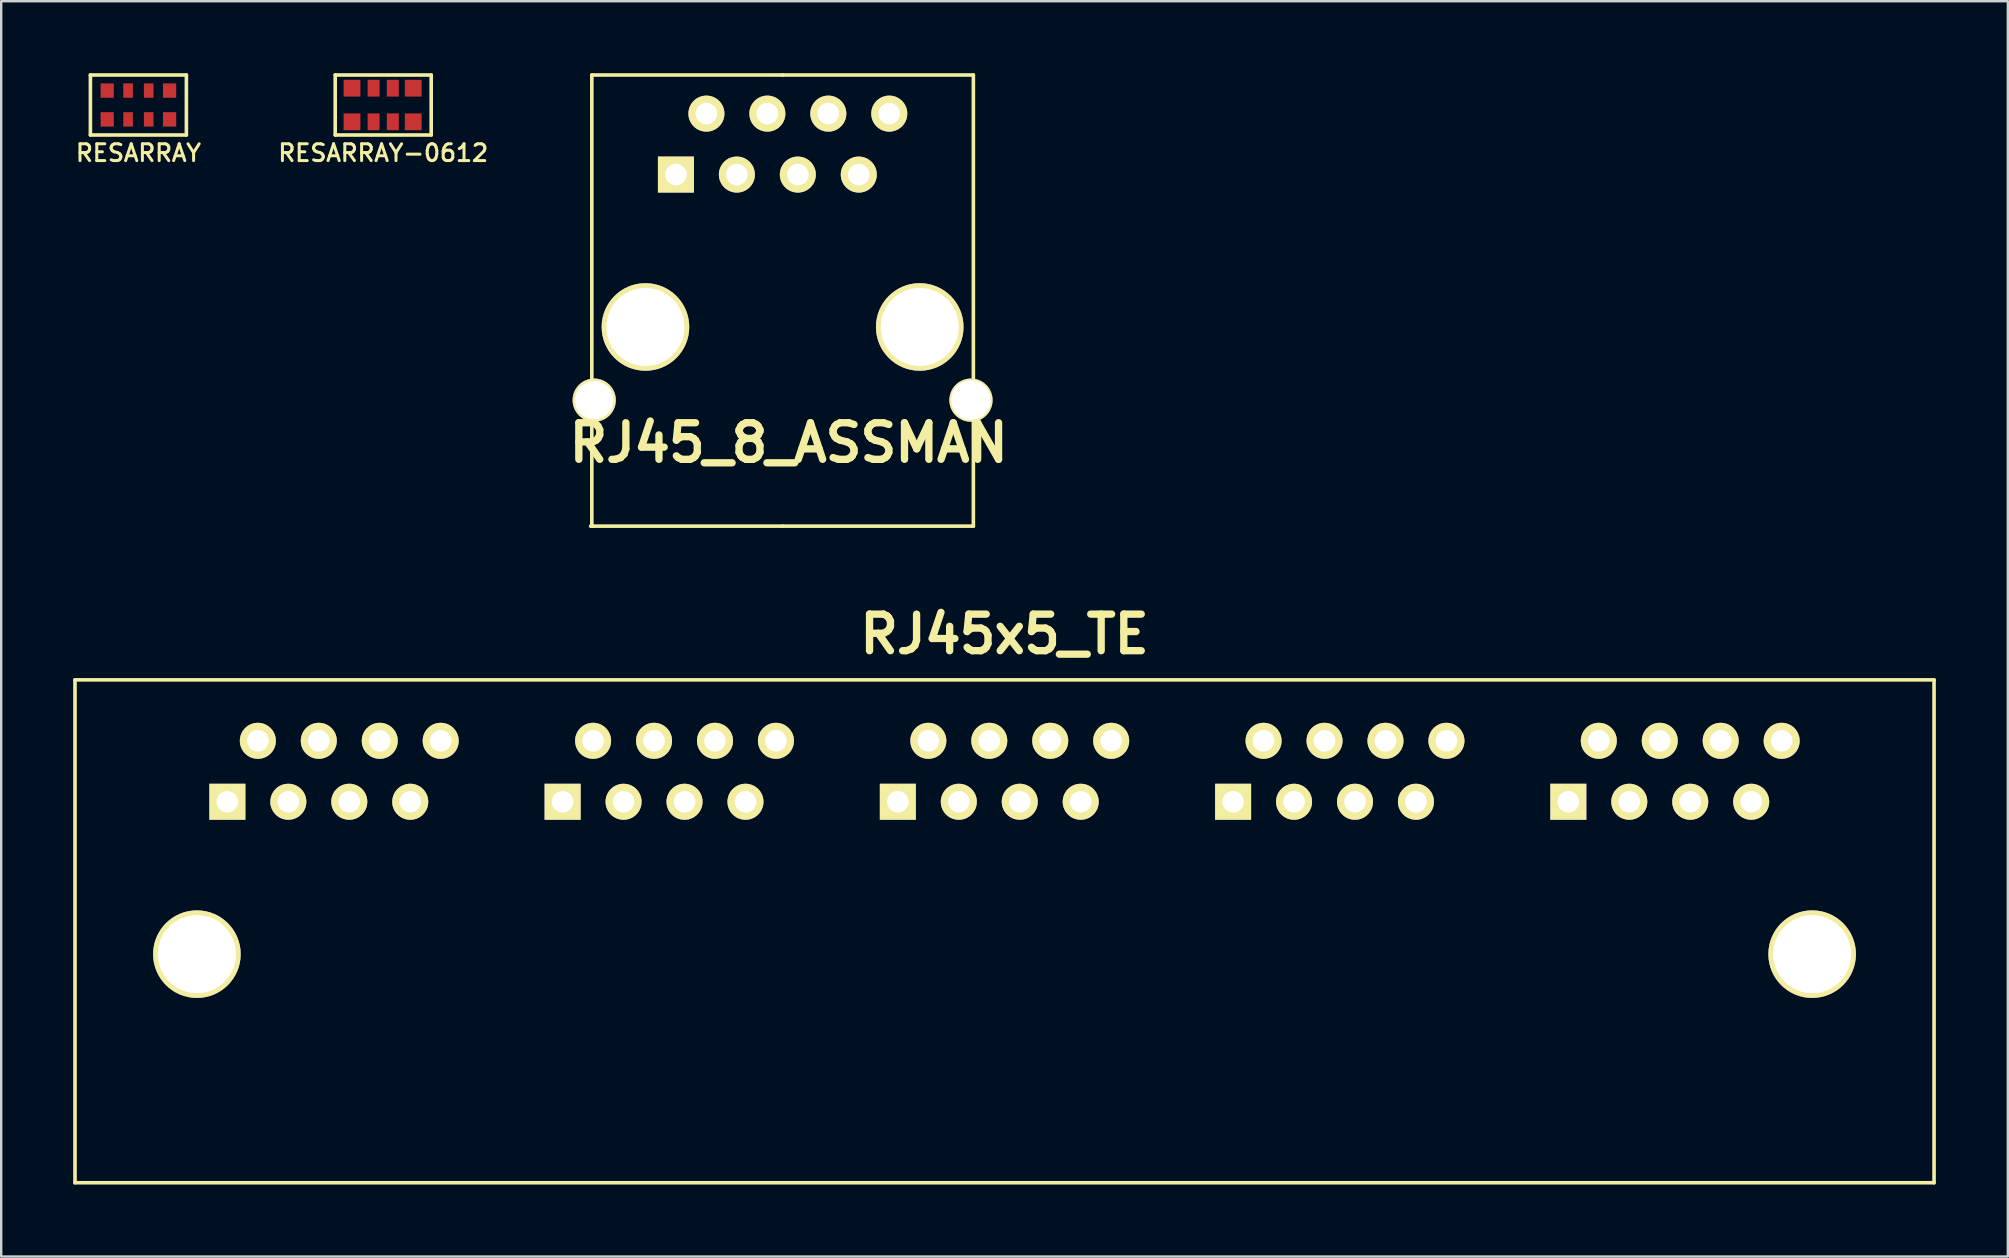
<source format=kicad_pcb>
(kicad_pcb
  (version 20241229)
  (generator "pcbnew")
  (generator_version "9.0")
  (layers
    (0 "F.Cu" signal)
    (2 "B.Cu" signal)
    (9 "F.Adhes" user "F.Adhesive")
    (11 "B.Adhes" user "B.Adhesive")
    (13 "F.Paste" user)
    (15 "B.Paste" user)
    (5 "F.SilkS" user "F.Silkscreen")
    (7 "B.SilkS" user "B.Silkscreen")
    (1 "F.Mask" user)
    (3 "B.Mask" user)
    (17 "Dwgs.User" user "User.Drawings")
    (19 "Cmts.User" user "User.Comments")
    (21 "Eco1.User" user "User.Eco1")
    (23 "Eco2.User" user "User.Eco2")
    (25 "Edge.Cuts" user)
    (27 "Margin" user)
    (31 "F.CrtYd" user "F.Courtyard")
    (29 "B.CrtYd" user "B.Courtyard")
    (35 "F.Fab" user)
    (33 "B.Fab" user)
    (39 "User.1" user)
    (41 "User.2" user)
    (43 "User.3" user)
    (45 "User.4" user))
  (footprint "RESARRAY"
    (layer "F.Cu")
    (at 2.717 1.325)
    (property "Reference" "RESARRAY" (at 0 2 0) (layer "F.SilkS") (effects (font (size 0.7 0.7) (thickness 0.125))))
    (attr through_hole)
    (fp_line (start -2 -1.25) (end 2 -1.25) (stroke (width 0.15) (type solid)) (layer "F.SilkS"))
    (fp_line (start -2 1.25) (end -2 -1.25) (stroke (width 0.15) (type solid)) (layer "F.SilkS"))
    (fp_line (start 2 -1.25) (end 2 1.25) (stroke (width 0.15) (type solid)) (layer "F.SilkS"))
    (fp_line (start 2 1.25) (end -2 1.25) (stroke (width 0.15) (type solid)) (layer "F.SilkS"))
    (pad "1" smd rect (at -1.3 0.6) (size 0.55 0.6) (layers "F.Cu" "F.Mask" "F.Paste"))
    (pad "2" smd rect (at -0.43 0.6) (size 0.4 0.6) (layers "F.Cu" "F.Mask" "F.Paste"))
    (pad "3" smd rect (at 0.43 0.6) (size 0.4 0.6) (layers "F.Cu" "F.Mask" "F.Paste"))
    (pad "4" smd rect (at 1.3 0.6) (size 0.55 0.6) (layers "F.Cu" "F.Mask" "F.Paste"))
    (pad "5" smd rect (at 1.3 -0.6) (size 0.55 0.6) (layers "F.Cu" "F.Mask" "F.Paste"))
    (pad "6" smd rect (at 0.43 -0.6) (size 0.4 0.6) (layers "F.Cu" "F.Mask" "F.Paste"))
    (pad "7" smd rect (at -0.43 -0.6) (size 0.4 0.6) (layers "F.Cu" "F.Mask" "F.Paste"))
    (pad "8" smd rect (at -1.3 -0.6) (size 0.55 0.6) (layers "F.Cu" "F.Mask" "F.Paste")))
  (footprint "RJ45x5_TE"
    (layer "F.Cu")
    (at 38.81 36.711)
    (property "Reference" "RJ45x5_TE" (at 0 -13.335 0) (layer "F.SilkS") (effects (font (size 1.524 1.524) (thickness 0.305))))
    (attr through_hole)
    (fp_line (start -38.735 -11.43) (end 38.735 -11.43) (stroke (width 0.15) (type solid)) (layer "F.SilkS"))
    (fp_line (start -38.735 9.525) (end -38.735 -11.43) (stroke (width 0.15) (type solid)) (layer "F.SilkS"))
    (fp_line (start -38.735 9.525) (end 38.735 9.525) (stroke (width 0.15) (type solid)) (layer "F.SilkS"))
    (fp_line (start 38.735 -11.43) (end 38.735 9.525) (stroke (width 0.15) (type solid)) (layer "F.SilkS"))
    (pad "" thru_hole circle (at -33.655 0) (size 3.65 3.65) (drill 3.251) (layers "*.Cu" "*.Mask" "F.SilkS"))
    (pad "" thru_hole circle (at 33.655 0) (size 3.65 3.65) (drill 3.251) (layers "*.Cu" "*.Mask" "F.SilkS"))
    (pad "a1" thru_hole rect (at -32.385 -6.35) (size 1.501 1.501) (drill 0.899) (layers "*.Cu" "*.Mask" "F.SilkS"))
    (pad "a2" thru_hole circle (at -31.115 -8.89) (size 1.501 1.501) (drill 0.899) (layers "*.Cu" "*.Mask" "F.SilkS"))
    (pad "a3" thru_hole circle (at -29.845 -6.35) (size 1.501 1.501) (drill 0.899) (layers "*.Cu" "*.Mask" "F.SilkS"))
    (pad "a4" thru_hole circle (at -28.575 -8.89) (size 1.501 1.501) (drill 0.899) (layers "*.Cu" "*.Mask" "F.SilkS"))
    (pad "a5" thru_hole circle (at -27.305 -6.35) (size 1.501 1.501) (drill 0.899) (layers "*.Cu" "*.Mask" "F.SilkS"))
    (pad "a6" thru_hole circle (at -26.035 -8.89) (size 1.501 1.501) (drill 0.899) (layers "*.Cu" "*.Mask" "F.SilkS"))
    (pad "a7" thru_hole circle (at -24.765 -6.35) (size 1.501 1.501) (drill 0.899) (layers "*.Cu" "*.Mask" "F.SilkS"))
    (pad "a8" thru_hole circle (at -23.495 -8.89) (size 1.501 1.501) (drill 0.899) (layers "*.Cu" "*.Mask" "F.SilkS"))
    (pad "b1" thru_hole rect (at -18.415 -6.35) (size 1.501 1.501) (drill 0.899) (layers "*.Cu" "*.Mask" "F.SilkS"))
    (pad "b2" thru_hole circle (at -17.145 -8.89) (size 1.501 1.501) (drill 0.899) (layers "*.Cu" "*.Mask" "F.SilkS"))
    (pad "b3" thru_hole circle (at -15.875 -6.35) (size 1.501 1.501) (drill 0.899) (layers "*.Cu" "*.Mask" "F.SilkS"))
    (pad "b4" thru_hole circle (at -14.605 -8.89) (size 1.501 1.501) (drill 0.899) (layers "*.Cu" "*.Mask" "F.SilkS"))
    (pad "b5" thru_hole circle (at -13.335 -6.35) (size 1.501 1.501) (drill 0.899) (layers "*.Cu" "*.Mask" "F.SilkS"))
    (pad "b6" thru_hole circle (at -12.065 -8.89) (size 1.501 1.501) (drill 0.899) (layers "*.Cu" "*.Mask" "F.SilkS"))
    (pad "b7" thru_hole circle (at -10.795 -6.35) (size 1.501 1.501) (drill 0.899) (layers "*.Cu" "*.Mask" "F.SilkS"))
    (pad "b8" thru_hole circle (at -9.525 -8.89) (size 1.501 1.501) (drill 0.899) (layers "*.Cu" "*.Mask" "F.SilkS"))
    (pad "c1" thru_hole rect (at -4.445 -6.35) (size 1.501 1.501) (drill 0.899) (layers "*.Cu" "*.Mask" "F.SilkS"))
    (pad "c2" thru_hole circle (at -3.175 -8.89) (size 1.501 1.501) (drill 0.899) (layers "*.Cu" "*.Mask" "F.SilkS"))
    (pad "c3" thru_hole circle (at -1.905 -6.35) (size 1.501 1.501) (drill 0.899) (layers "*.Cu" "*.Mask" "F.SilkS"))
    (pad "c4" thru_hole circle (at -0.635 -8.89) (size 1.501 1.501) (drill 0.899) (layers "*.Cu" "*.Mask" "F.SilkS"))
    (pad "c5" thru_hole circle (at 0.635 -6.35) (size 1.501 1.501) (drill 0.899) (layers "*.Cu" "*.Mask" "F.SilkS"))
    (pad "c6" thru_hole circle (at 1.905 -8.89) (size 1.501 1.501) (drill 0.899) (layers "*.Cu" "*.Mask" "F.SilkS"))
    (pad "c7" thru_hole circle (at 3.175 -6.35) (size 1.501 1.501) (drill 0.899) (layers "*.Cu" "*.Mask" "F.SilkS"))
    (pad "c8" thru_hole circle (at 4.445 -8.89) (size 1.501 1.501) (drill 0.899) (layers "*.Cu" "*.Mask" "F.SilkS"))
    (pad "d1" thru_hole rect (at 9.525 -6.35) (size 1.501 1.501) (drill 0.899) (layers "*.Cu" "*.Mask" "F.SilkS"))
    (pad "d2" thru_hole circle (at 10.795 -8.89) (size 1.501 1.501) (drill 0.899) (layers "*.Cu" "*.Mask" "F.SilkS"))
    (pad "d3" thru_hole circle (at 12.065 -6.35) (size 1.501 1.501) (drill 0.899) (layers "*.Cu" "*.Mask" "F.SilkS"))
    (pad "d4" thru_hole circle (at 13.335 -8.89) (size 1.501 1.501) (drill 0.899) (layers "*.Cu" "*.Mask" "F.SilkS"))
    (pad "d5" thru_hole circle (at 14.605 -6.35) (size 1.501 1.501) (drill 0.899) (layers "*.Cu" "*.Mask" "F.SilkS"))
    (pad "d6" thru_hole circle (at 15.875 -8.89) (size 1.501 1.501) (drill 0.899) (layers "*.Cu" "*.Mask" "F.SilkS"))
    (pad "d7" thru_hole circle (at 17.145 -6.35) (size 1.501 1.501) (drill 0.899) (layers "*.Cu" "*.Mask" "F.SilkS"))
    (pad "d8" thru_hole circle (at 18.415 -8.89) (size 1.501 1.501) (drill 0.899) (layers "*.Cu" "*.Mask" "F.SilkS"))
    (pad "e1" thru_hole rect (at 23.495 -6.35) (size 1.501 1.501) (drill 0.899) (layers "*.Cu" "*.Mask" "F.SilkS"))
    (pad "e2" thru_hole circle (at 24.765 -8.89) (size 1.501 1.501) (drill 0.899) (layers "*.Cu" "*.Mask" "F.SilkS"))
    (pad "e3" thru_hole circle (at 26.035 -6.35) (size 1.501 1.501) (drill 0.899) (layers "*.Cu" "*.Mask" "F.SilkS"))
    (pad "e4" thru_hole circle (at 27.305 -8.89) (size 1.501 1.501) (drill 0.899) (layers "*.Cu" "*.Mask" "F.SilkS"))
    (pad "e5" thru_hole circle (at 28.575 -6.35) (size 1.501 1.501) (drill 0.899) (layers "*.Cu" "*.Mask" "F.SilkS"))
    (pad "e6" thru_hole circle (at 29.845 -8.89) (size 1.501 1.501) (drill 0.899) (layers "*.Cu" "*.Mask" "F.SilkS"))
    (pad "e7" thru_hole circle (at 31.115 -6.35) (size 1.501 1.501) (drill 0.899) (layers "*.Cu" "*.Mask" "F.SilkS"))
    (pad "e8" thru_hole circle (at 32.385 -8.89) (size 1.501 1.501) (drill 0.899) (layers "*.Cu" "*.Mask" "F.SilkS")))
  (footprint "RESARRAY-0612"
    (layer "F.Cu")
    (at 12.919 1.325)
    (property "Reference" "RESARRAY-0612" (at 0 2 0) (layer "F.SilkS") (effects (font (size 0.7 0.7) (thickness 0.125))))
    (attr through_hole)
    (fp_line (start -2 -1.25) (end 2 -1.25) (stroke (width 0.15) (type solid)) (layer "F.SilkS"))
    (fp_line (start -2 1.25) (end -2 -1.25) (stroke (width 0.15) (type solid)) (layer "F.SilkS"))
    (fp_line (start 2 -1.25) (end 2 1.25) (stroke (width 0.15) (type solid)) (layer "F.SilkS"))
    (fp_line (start 2 1.25) (end -2 1.25) (stroke (width 0.15) (type solid)) (layer "F.SilkS"))
    (pad "1" smd rect (at -1.3 0.7) (size 0.7 0.7) (layers "F.Cu" "F.Mask" "F.Paste"))
    (pad "2" smd rect (at -0.4 0.7) (size 0.5 0.7) (layers "F.Cu" "F.Mask" "F.Paste"))
    (pad "3" smd rect (at 0.4 0.7) (size 0.5 0.7) (layers "F.Cu" "F.Mask" "F.Paste"))
    (pad "4" smd rect (at 1.25 0.7) (size 0.7 0.7) (layers "F.Cu" "F.Mask" "F.Paste"))
    (pad "5" smd rect (at 1.25 -0.7) (size 0.7 0.7) (layers "F.Cu" "F.Mask" "F.Paste"))
    (pad "6" smd rect (at 0.4 -0.7) (size 0.5 0.7) (layers "F.Cu" "F.Mask" "F.Paste"))
    (pad "7" smd rect (at -0.4 -0.7) (size 0.5 0.7) (layers "F.Cu" "F.Mask" "F.Paste"))
    (pad "8" smd rect (at -1.3 -0.7) (size 0.7 0.7) (layers "F.Cu" "F.Mask" "F.Paste")))
  (footprint "RJ45_8_ASSMAN"
    (layer "F.Cu")
    (at 29.562 10.575)
    (property "Reference" "RJ45_8_ASSMAN" (at 0.254 4.826 0) (layer "F.SilkS") (effects (font (size 1.524 1.524) (thickness 0.305))))
    (attr through_hole)
    (fp_line (start -8 8.3) (end -7.9 8.3) (stroke (width 0.15) (type solid)) (layer "F.SilkS"))
    (fp_line (start -7.95 8.3) (end -7.95 -10.5) (stroke (width 0.15) (type solid)) (layer "F.SilkS"))
    (fp_line (start 0 -10.5) (end -7.95 -10.5) (stroke (width 0.15) (type solid)) (layer "F.SilkS"))
    (fp_line (start 0 -10.5) (end 7.95 -10.5) (stroke (width 0.15) (type solid)) (layer "F.SilkS"))
    (fp_line (start 0 8.3) (end -7.95 8.3) (stroke (width 0.15) (type solid)) (layer "F.SilkS"))
    (fp_line (start 0 8.3) (end 7.95 8.3) (stroke (width 0.15) (type solid)) (layer "F.SilkS"))
    (fp_line (start 7.95 8.3) (end 7.95 -10.5) (stroke (width 0.15) (type solid)) (layer "F.SilkS"))
    (pad "" thru_hole circle (at -7.85 3.05) (size 1.8 1.8) (drill 1.6) (layers "*.Cu" "*.Mask" "F.SilkS"))
    (pad "" thru_hole circle (at -5.715 0) (size 3.65 3.65) (drill 3.251) (layers "*.Cu" "*.Mask" "F.SilkS"))
    (pad "" thru_hole circle (at 5.715 0) (size 3.65 3.65) (drill 3.251) (layers "*.Cu" "*.Mask" "F.SilkS"))
    (pad "" thru_hole circle (at 7.85 3.05) (size 1.8 1.8) (drill 1.65) (layers "*.Cu" "*.Mask" "F.SilkS"))
    (pad "1" thru_hole rect (at -4.445 -6.35) (size 1.501 1.501) (drill 0.899) (layers "*.Cu" "*.Mask" "F.SilkS"))
    (pad "2" thru_hole circle (at -3.175 -8.89) (size 1.501 1.501) (drill 0.899) (layers "*.Cu" "*.Mask" "F.SilkS"))
    (pad "3" thru_hole circle (at -1.905 -6.35) (size 1.501 1.501) (drill 0.899) (layers "*.Cu" "*.Mask" "F.SilkS"))
    (pad "4" thru_hole circle (at -0.635 -8.89) (size 1.501 1.501) (drill 0.899) (layers "*.Cu" "*.Mask" "F.SilkS"))
    (pad "5" thru_hole circle (at 0.635 -6.35) (size 1.501 1.501) (drill 0.899) (layers "*.Cu" "*.Mask" "F.SilkS"))
    (pad "6" thru_hole circle (at 1.905 -8.89) (size 1.501 1.501) (drill 0.899) (layers "*.Cu" "*.Mask" "F.SilkS"))
    (pad "7" thru_hole circle (at 3.175 -6.35) (size 1.501 1.501) (drill 0.899) (layers "*.Cu" "*.Mask" "F.SilkS"))
    (pad "8" thru_hole circle (at 4.445 -8.89) (size 1.501 1.501) (drill 0.899) (layers "*.Cu" "*.Mask" "F.SilkS")))
  (gr_rect
    (start -3 -3)
    (end 80.62 49.311)
    (stroke (width 0.1) (type default))
    (fill no)
    (layer "Edge.Cuts")))
</source>
